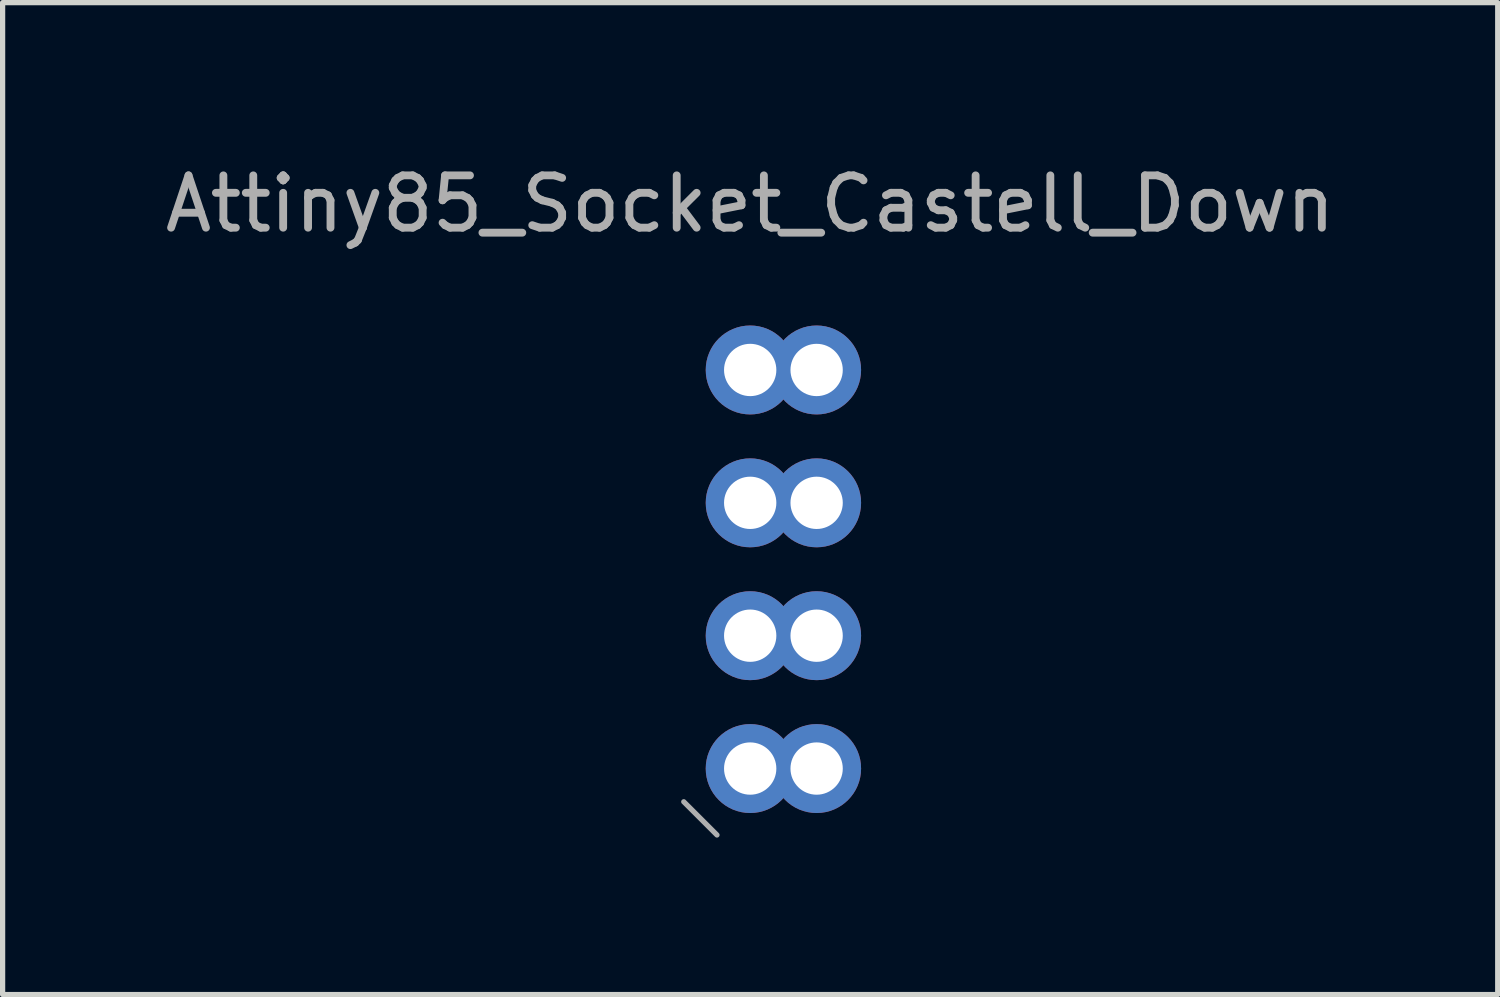
<source format=kicad_pcb>
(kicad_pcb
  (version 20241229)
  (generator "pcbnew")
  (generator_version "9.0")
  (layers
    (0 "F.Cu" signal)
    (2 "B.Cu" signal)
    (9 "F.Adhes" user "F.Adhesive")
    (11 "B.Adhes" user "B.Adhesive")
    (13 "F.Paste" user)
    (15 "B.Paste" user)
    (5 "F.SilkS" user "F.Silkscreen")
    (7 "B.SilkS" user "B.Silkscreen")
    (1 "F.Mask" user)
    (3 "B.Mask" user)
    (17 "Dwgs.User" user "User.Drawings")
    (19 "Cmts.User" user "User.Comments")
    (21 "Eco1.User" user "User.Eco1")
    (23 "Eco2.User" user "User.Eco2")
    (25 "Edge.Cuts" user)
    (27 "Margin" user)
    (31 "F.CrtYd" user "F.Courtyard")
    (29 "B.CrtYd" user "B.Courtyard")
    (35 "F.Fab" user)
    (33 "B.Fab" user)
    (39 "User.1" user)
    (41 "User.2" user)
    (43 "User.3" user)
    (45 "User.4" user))
  (footprint "Attiny85_Socket_Castell_Down"
    (layer "F.Cu")
    (at 11.292 4.023)
    (property "Reference" "Attiny85_Socket_Castell_Down" (at 0 -3.175 0) (layer "F.Fab") (effects (font (size 1 1) (thickness 0.15))))
    (attr through_hole)
    (fp_line (start -1.27 8.255) (end -0.635 8.89) (stroke (width 0.1) (type solid)) (layer "F.Fab"))
    (pad "" thru_hole circle (at 1.27 0) (size 1.7 1.7) (drill 1) (layers "*.Cu" "*.Mask"))
    (pad "" thru_hole circle (at 1.27 2.54) (size 1.7 1.7) (drill 1) (layers "*.Cu" "*.Mask"))
    (pad "" thru_hole circle (at 1.27 5.08) (size 1.7 1.7) (drill 1) (layers "*.Cu" "*.Mask"))
    (pad "" thru_hole circle (at 1.27 7.62) (size 1.7 1.7) (drill 1) (layers "*.Cu" "*.Mask"))
    (pad "1" thru_hole oval (at 0 7.62) (size 1.7 1.7) (drill 1) (layers "*.Cu" "*.Mask"))
    (pad "2" thru_hole oval (at 0 5.08) (size 1.7 1.7) (drill 1) (layers "*.Cu" "*.Mask"))
    (pad "3" thru_hole oval (at 0 2.54) (size 1.7 1.7) (drill 1) (layers "*.Cu" "*.Mask"))
    (pad "4" thru_hole circle (at 0 0) (size 1.7 1.7) (drill 1) (layers "*.Cu" "*.Mask")))
  (gr_rect
    (start -3 -3)
    (end 25.583 15.963)
    (stroke (width 0.1) (type default))
    (fill no)
    (layer "Edge.Cuts")))
</source>
